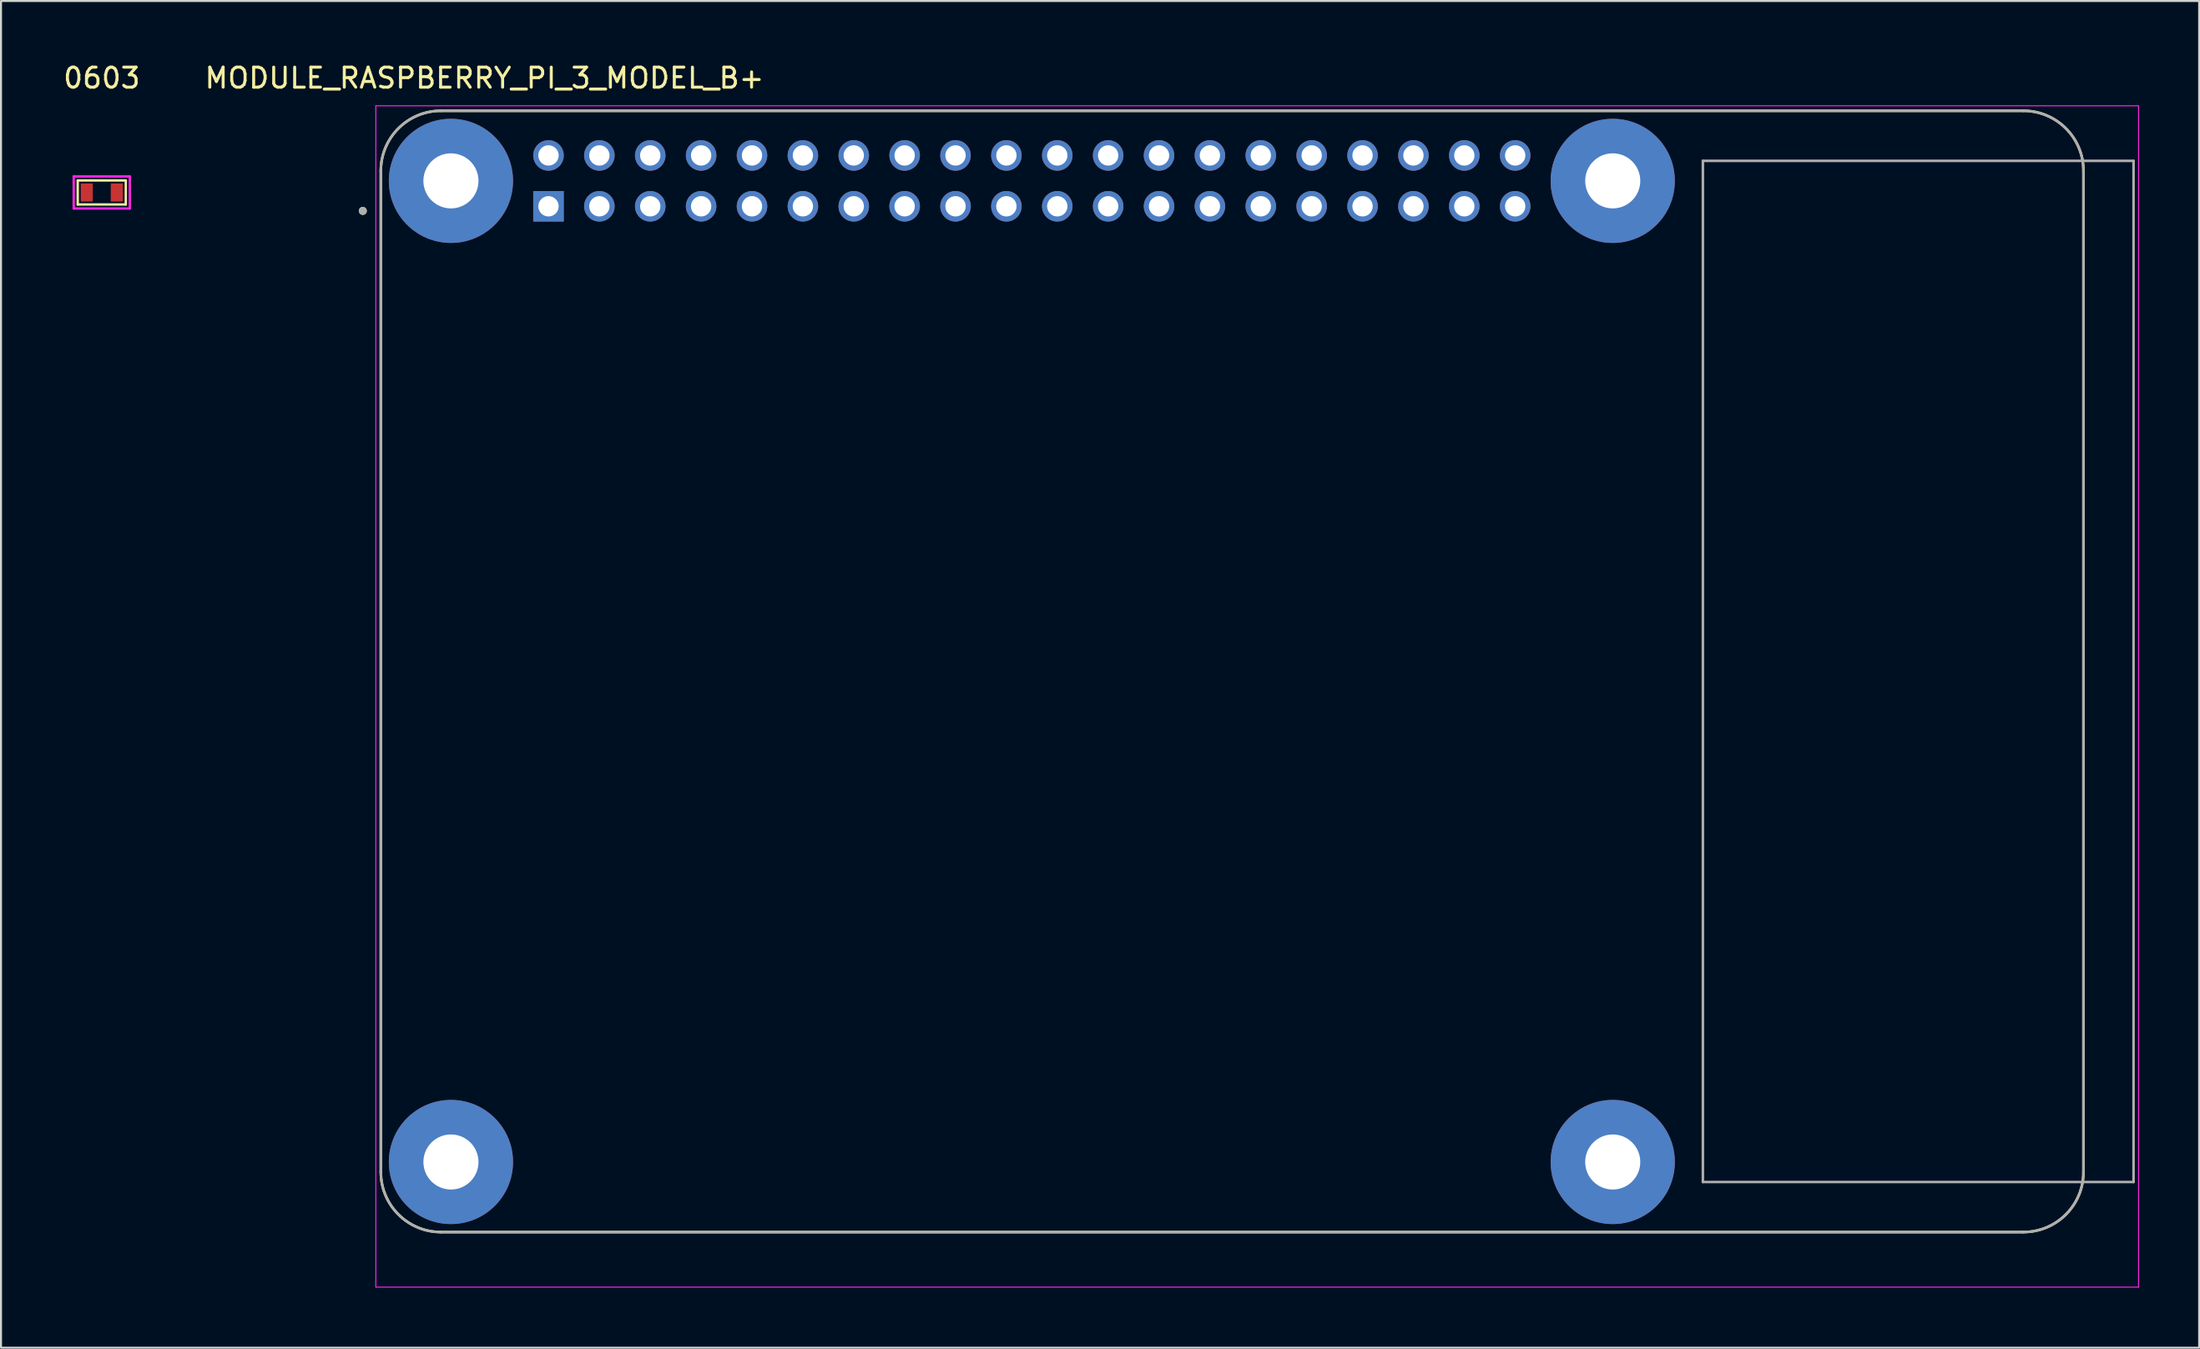
<source format=kicad_pcb>
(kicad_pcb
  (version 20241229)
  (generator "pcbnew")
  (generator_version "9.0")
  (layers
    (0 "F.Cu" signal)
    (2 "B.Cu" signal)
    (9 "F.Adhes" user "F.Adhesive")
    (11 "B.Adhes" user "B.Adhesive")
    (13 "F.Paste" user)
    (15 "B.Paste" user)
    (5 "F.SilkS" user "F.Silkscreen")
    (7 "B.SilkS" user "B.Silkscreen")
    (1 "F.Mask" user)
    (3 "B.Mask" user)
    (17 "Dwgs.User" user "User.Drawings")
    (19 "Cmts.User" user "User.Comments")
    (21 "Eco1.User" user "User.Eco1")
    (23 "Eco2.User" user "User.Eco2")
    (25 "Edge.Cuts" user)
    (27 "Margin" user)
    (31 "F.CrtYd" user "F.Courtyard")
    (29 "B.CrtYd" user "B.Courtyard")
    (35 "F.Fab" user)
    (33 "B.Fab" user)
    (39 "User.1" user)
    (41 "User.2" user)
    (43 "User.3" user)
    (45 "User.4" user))
  (footprint "0603"
    (layer "F.Cu")
    (at 2.03 6.563)
    (property "Reference" "0603" (at 0 -5.715 0) (layer "F.SilkS") (effects (font (size 1 1) (thickness 0.15))))
    (attr through_hole)
    (fp_line (start -1.2 -0.6) (end -1.2 0.6) (stroke (width 0.12) (type solid)) (layer "F.SilkS"))
    (fp_line (start -1.2 0.6) (end 1.2 0.6) (stroke (width 0.12) (type solid)) (layer "F.SilkS"))
    (fp_line (start 1.2 -0.6) (end -1.2 -0.6) (stroke (width 0.12) (type solid)) (layer "F.SilkS"))
    (fp_line (start 1.2 0.6) (end 1.2 -0.6) (stroke (width 0.12) (type solid)) (layer "F.SilkS"))
    (fp_line (start -1.4 -0.8) (end 1.4 -0.8) (stroke (width 0.12) (type solid)) (layer "F.CrtYd"))
    (fp_line (start -1.4 0.8) (end -1.4 -0.8) (stroke (width 0.12) (type solid)) (layer "F.CrtYd"))
    (fp_line (start 1.4 -0.8) (end 1.4 0.8) (stroke (width 0.12) (type solid)) (layer "F.CrtYd"))
    (fp_line (start 1.4 0.8) (end -1.4 0.8) (stroke (width 0.12) (type solid)) (layer "F.CrtYd"))
    (pad "1" smd rect (at -0.75 0) (size 0.6 0.9) (layers "F.Cu" "F.Mask" "F.Paste"))
    (pad "2" smd rect (at 0.75 0) (size 0.6 0.9) (layers "F.Cu" "F.Mask" "F.Paste")))
  (footprint "MODULE_RASPBERRY_PI_3_MODEL_B+"
    (layer "F.Cu")
    (at 58.462 30.483)
    (property "Reference" "MODULE_RASPBERRY_PI_3_MODEL_B+" (at -37.325 -29.635 0) (layer "F.SilkS") (effects (font (size 1 1) (thickness 0.15))))
    (attr through_hole)
    (fp_line (start -42.5 -25) (end -42.5 25) (stroke (width 0.127) (type solid)) (layer "F.SilkS"))
    (fp_line (start -39.5 28) (end 39.5 28) (stroke (width 0.127) (type solid)) (layer "F.SilkS"))
    (fp_line (start 39.5 -28) (end -39.5 -28) (stroke (width 0.127) (type solid)) (layer "F.SilkS"))
    (fp_line (start 42.5 25) (end 42.5 -25) (stroke (width 0.127) (type solid)) (layer "F.SilkS"))
    (fp_arc (start -42.5 -25) (mid -41.62132 -27.12132) (end -39.5 -28) (stroke (width 0.127) (type solid)) (layer "F.SilkS"))
    (fp_arc (start -39.5 28) (mid -41.62132 27.12132) (end -42.5 25) (stroke (width 0.127) (type solid)) (layer "F.SilkS"))
    (fp_arc (start 39.5 -28) (mid 41.62132 -27.12132) (end 42.5 -25) (stroke (width 0.127) (type solid)) (layer "F.SilkS"))
    (fp_arc (start 42.5 25) (mid 41.62132 27.12132) (end 39.5 28) (stroke (width 0.127) (type solid)) (layer "F.SilkS"))
    (fp_circle (center -43.4 -23) (end -43.3 -23) (stroke (width 0.2) (type solid)) (fill no) (layer "F.SilkS"))
    (fp_line (start -42.75 -28.25) (end 45.25 -28.25) (stroke (width 0.05) (type solid)) (layer "F.CrtYd"))
    (fp_line (start -42.75 30.75) (end -42.75 -28.25) (stroke (width 0.05) (type solid)) (layer "F.CrtYd"))
    (fp_line (start 45.25 -28.25) (end 45.25 30.75) (stroke (width 0.05) (type solid)) (layer "F.CrtYd"))
    (fp_line (start 45.25 30.75) (end -42.75 30.75) (stroke (width 0.05) (type solid)) (layer "F.CrtYd"))
    (fp_line (start -42.5 -25) (end -42.5 25) (stroke (width 0.127) (type solid)) (layer "F.Fab"))
    (fp_line (start -39.5 28) (end 39.5 28) (stroke (width 0.127) (type solid)) (layer "F.Fab"))
    (fp_line (start 23.5 -25.5) (end 23.5 25.5) (stroke (width 0.127) (type solid)) (layer "F.Fab"))
    (fp_line (start 23.5 25.5) (end 45 25.5) (stroke (width 0.127) (type solid)) (layer "F.Fab"))
    (fp_line (start 39.5 -28) (end -39.5 -28) (stroke (width 0.127) (type solid)) (layer "F.Fab"))
    (fp_line (start 42.5 25) (end 42.5 -25) (stroke (width 0.127) (type solid)) (layer "F.Fab"))
    (fp_line (start 45 -25.5) (end 23.5 -25.5) (stroke (width 0.127) (type solid)) (layer "F.Fab"))
    (fp_line (start 45 25.5) (end 45 -25.5) (stroke (width 0.127) (type solid)) (layer "F.Fab"))
    (fp_arc (start -42.5 -25) (mid -41.62132 -27.12132) (end -39.5 -28) (stroke (width 0.127) (type solid)) (layer "F.Fab"))
    (fp_arc (start -39.5 28) (mid -41.62132 27.12132) (end -42.5 25) (stroke (width 0.127) (type solid)) (layer "F.Fab"))
    (fp_arc (start 39.5 -28) (mid 41.62132 -27.12132) (end 42.5 -25) (stroke (width 0.127) (type solid)) (layer "F.Fab"))
    (fp_arc (start 42.5 25) (mid 41.62132 27.12132) (end 39.5 28) (stroke (width 0.127) (type solid)) (layer "F.Fab"))
    (fp_circle (center -43.4 -23) (end -43.3 -23) (stroke (width 0.2) (type solid)) (fill no) (layer "F.Fab"))
    (pad "1" thru_hole rect (at -34.13 -23.23) (size 1.524 1.524) (drill 1.016) (layers "*.Cu" "*.Mask"))
    (pad "2" thru_hole circle (at -34.13 -25.77) (size 1.524 1.524) (drill 1.016) (layers "*.Cu" "*.Mask"))
    (pad "3" thru_hole circle (at -31.59 -23.23) (size 1.524 1.524) (drill 1.016) (layers "*.Cu" "*.Mask"))
    (pad "4" thru_hole circle (at -31.59 -25.77) (size 1.524 1.524) (drill 1.016) (layers "*.Cu" "*.Mask"))
    (pad "5" thru_hole circle (at -29.05 -23.23) (size 1.524 1.524) (drill 1.016) (layers "*.Cu" "*.Mask"))
    (pad "6" thru_hole circle (at -29.05 -25.77) (size 1.524 1.524) (drill 1.016) (layers "*.Cu" "*.Mask"))
    (pad "7" thru_hole circle (at -26.51 -23.23) (size 1.524 1.524) (drill 1.016) (layers "*.Cu" "*.Mask"))
    (pad "8" thru_hole circle (at -26.51 -25.77) (size 1.524 1.524) (drill 1.016) (layers "*.Cu" "*.Mask"))
    (pad "9" thru_hole circle (at -23.97 -23.23) (size 1.524 1.524) (drill 1.016) (layers "*.Cu" "*.Mask"))
    (pad "10" thru_hole circle (at -23.97 -25.77) (size 1.524 1.524) (drill 1.016) (layers "*.Cu" "*.Mask"))
    (pad "11" thru_hole circle (at -21.43 -23.23) (size 1.524 1.524) (drill 1.016) (layers "*.Cu" "*.Mask"))
    (pad "12" thru_hole circle (at -21.43 -25.77) (size 1.524 1.524) (drill 1.016) (layers "*.Cu" "*.Mask"))
    (pad "13" thru_hole circle (at -18.89 -23.23) (size 1.524 1.524) (drill 1.016) (layers "*.Cu" "*.Mask"))
    (pad "14" thru_hole circle (at -18.89 -25.77) (size 1.524 1.524) (drill 1.016) (layers "*.Cu" "*.Mask"))
    (pad "15" thru_hole circle (at -16.35 -23.23) (size 1.524 1.524) (drill 1.016) (layers "*.Cu" "*.Mask"))
    (pad "16" thru_hole circle (at -16.35 -25.77) (size 1.524 1.524) (drill 1.016) (layers "*.Cu" "*.Mask"))
    (pad "17" thru_hole circle (at -13.81 -23.23) (size 1.524 1.524) (drill 1.016) (layers "*.Cu" "*.Mask"))
    (pad "18" thru_hole circle (at -13.81 -25.77) (size 1.524 1.524) (drill 1.016) (layers "*.Cu" "*.Mask"))
    (pad "19" thru_hole circle (at -11.27 -23.23) (size 1.524 1.524) (drill 1.016) (layers "*.Cu" "*.Mask"))
    (pad "20" thru_hole circle (at -11.27 -25.77) (size 1.524 1.524) (drill 1.016) (layers "*.Cu" "*.Mask"))
    (pad "21" thru_hole circle (at -8.73 -23.23) (size 1.524 1.524) (drill 1.016) (layers "*.Cu" "*.Mask"))
    (pad "22" thru_hole circle (at -8.73 -25.77) (size 1.524 1.524) (drill 1.016) (layers "*.Cu" "*.Mask"))
    (pad "23" thru_hole circle (at -6.19 -23.23) (size 1.524 1.524) (drill 1.016) (layers "*.Cu" "*.Mask"))
    (pad "24" thru_hole circle (at -6.19 -25.77) (size 1.524 1.524) (drill 1.016) (layers "*.Cu" "*.Mask"))
    (pad "25" thru_hole circle (at -3.65 -23.23) (size 1.524 1.524) (drill 1.016) (layers "*.Cu" "*.Mask"))
    (pad "26" thru_hole circle (at -3.65 -25.77) (size 1.524 1.524) (drill 1.016) (layers "*.Cu" "*.Mask"))
    (pad "27" thru_hole circle (at -1.11 -23.23) (size 1.524 1.524) (drill 1.016) (layers "*.Cu" "*.Mask"))
    (pad "28" thru_hole circle (at -1.11 -25.77) (size 1.524 1.524) (drill 1.016) (layers "*.Cu" "*.Mask"))
    (pad "29" thru_hole circle (at 1.43 -23.23) (size 1.524 1.524) (drill 1.016) (layers "*.Cu" "*.Mask"))
    (pad "30" thru_hole circle (at 1.43 -25.77) (size 1.524 1.524) (drill 1.016) (layers "*.Cu" "*.Mask"))
    (pad "31" thru_hole circle (at 3.97 -23.23) (size 1.524 1.524) (drill 1.016) (layers "*.Cu" "*.Mask"))
    (pad "32" thru_hole circle (at 3.97 -25.77) (size 1.524 1.524) (drill 1.016) (layers "*.Cu" "*.Mask"))
    (pad "33" thru_hole circle (at 6.51 -23.23) (size 1.524 1.524) (drill 1.016) (layers "*.Cu" "*.Mask"))
    (pad "34" thru_hole circle (at 6.51 -25.77) (size 1.524 1.524) (drill 1.016) (layers "*.Cu" "*.Mask"))
    (pad "35" thru_hole circle (at 9.05 -23.23) (size 1.524 1.524) (drill 1.016) (layers "*.Cu" "*.Mask"))
    (pad "36" thru_hole circle (at 9.05 -25.77) (size 1.524 1.524) (drill 1.016) (layers "*.Cu" "*.Mask"))
    (pad "37" thru_hole circle (at 11.59 -23.23) (size 1.524 1.524) (drill 1.016) (layers "*.Cu" "*.Mask"))
    (pad "38" thru_hole circle (at 11.59 -25.77) (size 1.524 1.524) (drill 1.016) (layers "*.Cu" "*.Mask"))
    (pad "39" thru_hole circle (at 14.13 -23.23) (size 1.524 1.524) (drill 1.016) (layers "*.Cu" "*.Mask"))
    (pad "40" thru_hole circle (at 14.13 -25.77) (size 1.524 1.524) (drill 1.016) (layers "*.Cu" "*.Mask"))
    (pad "S1" thru_hole circle (at -39 -24.5) (size 6.2 6.2) (drill 2.75) (layers "*.Cu" "*.Mask"))
    (pad "S2" thru_hole circle (at 19 -24.5) (size 6.2 6.2) (drill 2.75) (layers "*.Cu" "*.Mask"))
    (pad "S3" thru_hole circle (at 19 24.5) (size 6.2 6.2) (drill 2.75) (layers "*.Cu" "*.Mask"))
    (pad "S4" thru_hole circle (at -39 24.5) (size 6.2 6.2) (drill 2.75) (layers "*.Cu" "*.Mask")))
  (gr_rect
    (start -3 -3)
    (end 106.737 64.258)
    (stroke (width 0.1) (type default))
    (fill no)
    (layer "Edge.Cuts")))
</source>
